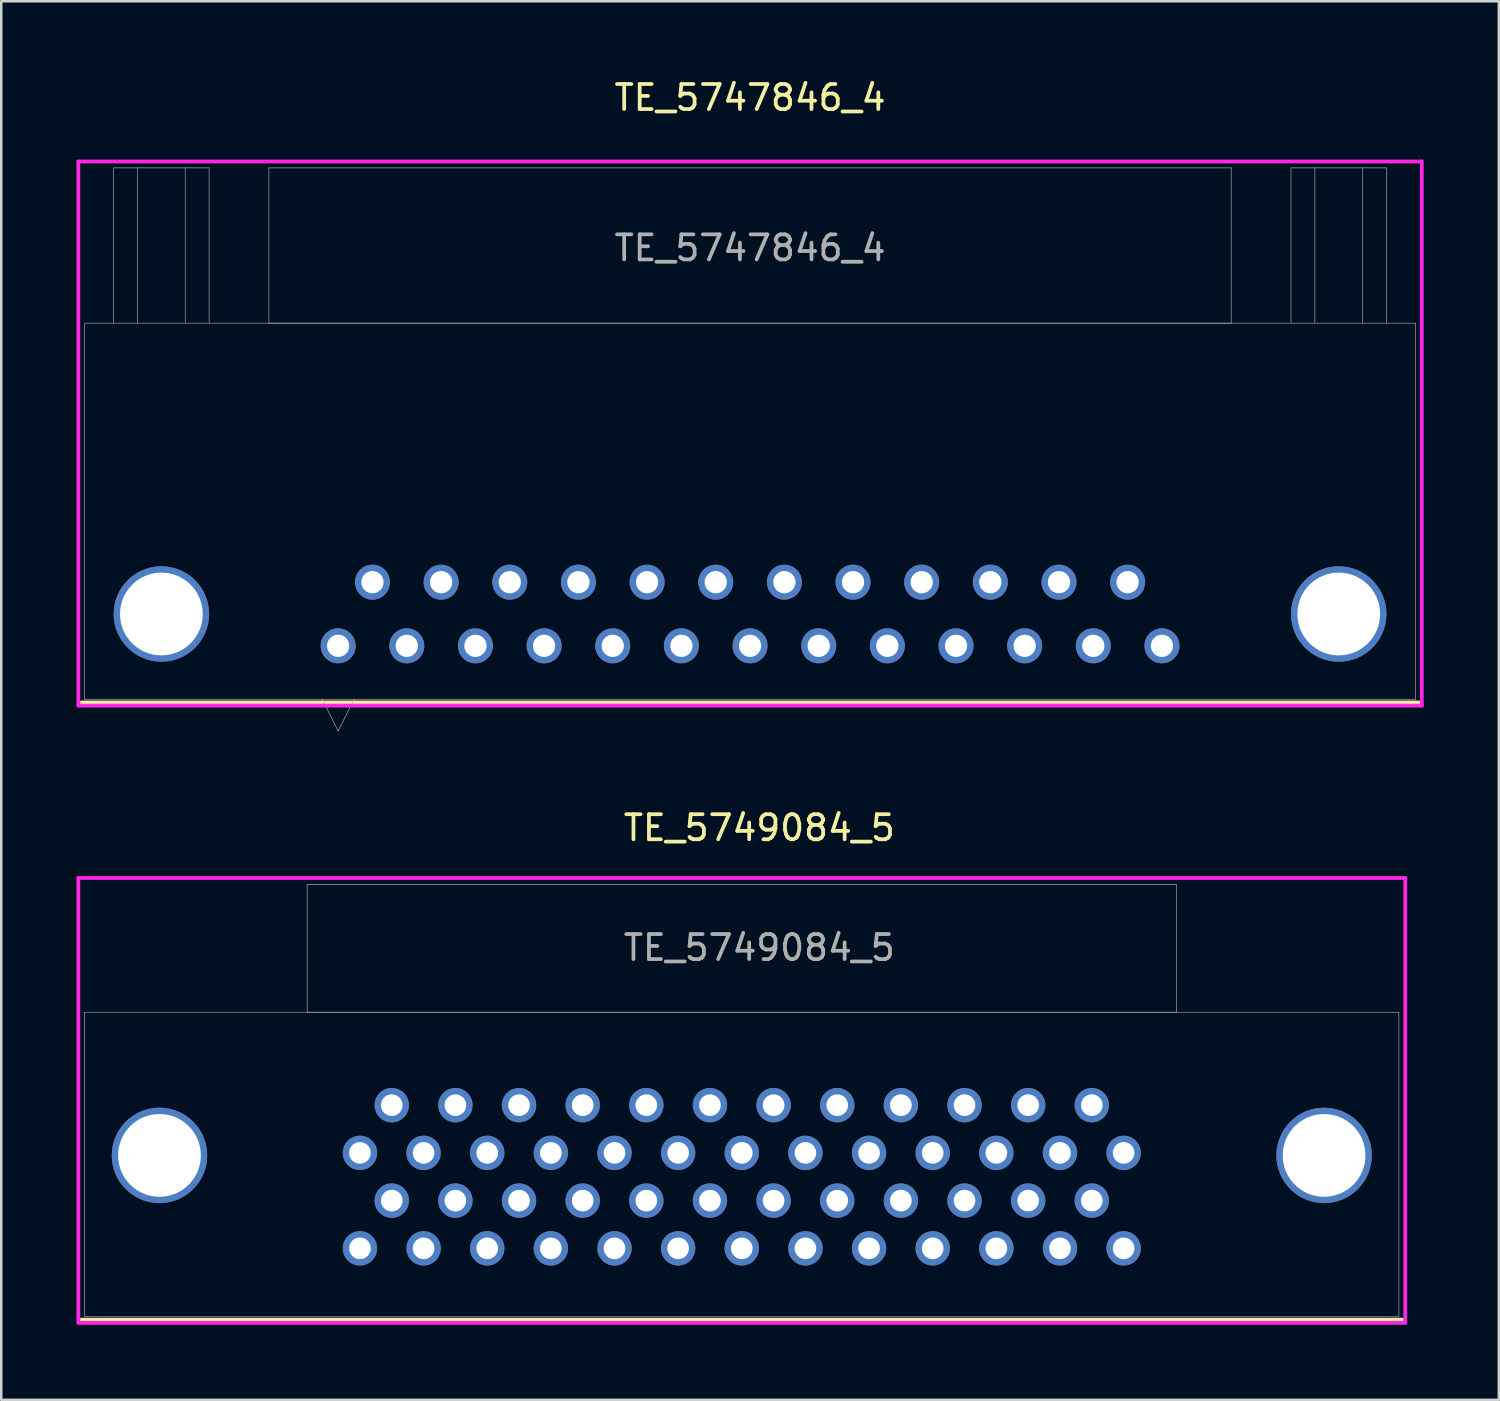
<source format=kicad_pcb>
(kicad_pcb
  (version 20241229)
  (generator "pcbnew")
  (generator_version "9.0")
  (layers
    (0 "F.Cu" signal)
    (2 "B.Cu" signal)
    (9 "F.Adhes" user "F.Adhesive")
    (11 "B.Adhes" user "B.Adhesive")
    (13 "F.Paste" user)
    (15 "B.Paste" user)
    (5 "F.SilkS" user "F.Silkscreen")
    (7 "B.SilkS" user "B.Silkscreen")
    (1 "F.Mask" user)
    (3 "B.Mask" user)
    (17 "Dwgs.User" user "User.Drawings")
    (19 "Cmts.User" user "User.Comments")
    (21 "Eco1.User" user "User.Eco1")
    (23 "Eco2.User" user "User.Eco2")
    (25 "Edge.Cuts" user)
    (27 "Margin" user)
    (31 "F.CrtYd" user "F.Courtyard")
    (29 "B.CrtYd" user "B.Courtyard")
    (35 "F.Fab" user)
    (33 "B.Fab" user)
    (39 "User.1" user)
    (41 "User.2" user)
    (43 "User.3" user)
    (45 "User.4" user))
  (footprint "TE_5747846_4"
    (layer "F.Cu")
    (at 26.886 9.848)
    (property "Reference" "TE_5747846_4" (at 0 -9 0) (unlocked yes) (layer "F.SilkS") (effects (font (size 1 1) (thickness 0.15))))
    (attr through_hole)
    (fp_line (start -26.683 15.138) (end 26.683 15.138) (stroke (width 0.152) (type solid)) (layer "F.SilkS"))
    (fp_line (start -26.81 -6.452) (end -26.81 15.265) (stroke (width 0.152) (type solid)) (layer "F.CrtYd"))
    (fp_line (start -26.81 15.265) (end 26.81 15.265) (stroke (width 0.152) (type solid)) (layer "F.CrtYd"))
    (fp_line (start 26.81 -6.452) (end -26.81 -6.452) (stroke (width 0.152) (type solid)) (layer "F.CrtYd"))
    (fp_line (start 26.81 15.265) (end 26.81 -6.452) (stroke (width 0.152) (type solid)) (layer "F.CrtYd"))
    (fp_line (start -26.556 0) (end -26.556 15.011) (stroke (width 0.025) (type solid)) (layer "F.Fab"))
    (fp_line (start -26.556 15.011) (end 26.556 15.011) (stroke (width 0.025) (type solid)) (layer "F.Fab"))
    (fp_line (start -25.4 -6.198) (end -21.59 -6.198) (stroke (width 0.025) (type solid)) (layer "F.Fab"))
    (fp_line (start -25.4 0) (end -25.4 -6.198) (stroke (width 0.025) (type solid)) (layer "F.Fab"))
    (fp_line (start -24.448 0) (end -24.448 -6.198) (stroke (width 0.025) (type solid)) (layer "F.Fab"))
    (fp_line (start -22.543 -6.198) (end -22.543 0) (stroke (width 0.025) (type solid)) (layer "F.Fab"))
    (fp_line (start -21.59 -6.198) (end -21.59 0) (stroke (width 0.025) (type solid)) (layer "F.Fab"))
    (fp_line (start -19.202 -6.198) (end -19.202 0) (stroke (width 0.025) (type solid)) (layer "F.Fab"))
    (fp_line (start -19.202 0) (end 19.202 0) (stroke (width 0.025) (type solid)) (layer "F.Fab"))
    (fp_line (start -17.075 15.011) (end -16.44 16.281) (stroke (width 0.025) (type solid)) (layer "F.Fab"))
    (fp_line (start -15.805 15.011) (end -16.44 16.281) (stroke (width 0.025) (type solid)) (layer "F.Fab"))
    (fp_line (start 19.202 -6.198) (end -19.202 -6.198) (stroke (width 0.025) (type solid)) (layer "F.Fab"))
    (fp_line (start 19.202 0) (end 19.202 -6.198) (stroke (width 0.025) (type solid)) (layer "F.Fab"))
    (fp_line (start 21.59 -6.198) (end 25.4 -6.198) (stroke (width 0.025) (type solid)) (layer "F.Fab"))
    (fp_line (start 21.59 0) (end 21.59 -6.198) (stroke (width 0.025) (type solid)) (layer "F.Fab"))
    (fp_line (start 22.543 0) (end 22.543 -6.198) (stroke (width 0.025) (type solid)) (layer "F.Fab"))
    (fp_line (start 24.448 -6.198) (end 24.448 0) (stroke (width 0.025) (type solid)) (layer "F.Fab"))
    (fp_line (start 25.4 -6.198) (end 25.4 0) (stroke (width 0.025) (type solid)) (layer "F.Fab"))
    (fp_line (start 26.556 0) (end -26.556 0) (stroke (width 0.025) (type solid)) (layer "F.Fab"))
    (fp_line (start 26.556 15.011) (end 26.556 0) (stroke (width 0.025) (type solid)) (layer "F.Fab"))
    (fp_text user "${REFERENCE}" (at 0 -3 0) (unlocked yes) (layer "F.Fab") (effects (font (size 1 1) (thickness 0.15))))
    (pad "1" thru_hole circle (at -16.44 12.878) (size 1.397 1.397) (drill 0.889) (layers "*.Cu" "*.Mask"))
    (pad "2" thru_hole circle (at -13.7 12.878) (size 1.397 1.397) (drill 0.889) (layers "*.Cu" "*.Mask"))
    (pad "3" thru_hole circle (at -10.96 12.878) (size 1.397 1.397) (drill 0.889) (layers "*.Cu" "*.Mask"))
    (pad "4" thru_hole circle (at -8.22 12.878) (size 1.397 1.397) (drill 0.889) (layers "*.Cu" "*.Mask"))
    (pad "5" thru_hole circle (at -5.48 12.878) (size 1.397 1.397) (drill 0.889) (layers "*.Cu" "*.Mask"))
    (pad "6" thru_hole circle (at -2.74 12.878) (size 1.397 1.397) (drill 0.889) (layers "*.Cu" "*.Mask"))
    (pad "7" thru_hole circle (at 0 12.878) (size 1.397 1.397) (drill 0.889) (layers "*.Cu" "*.Mask"))
    (pad "8" thru_hole circle (at 2.74 12.878) (size 1.397 1.397) (drill 0.889) (layers "*.Cu" "*.Mask"))
    (pad "9" thru_hole circle (at 5.48 12.878) (size 1.397 1.397) (drill 0.889) (layers "*.Cu" "*.Mask"))
    (pad "10" thru_hole circle (at 8.22 12.878) (size 1.397 1.397) (drill 0.889) (layers "*.Cu" "*.Mask"))
    (pad "11" thru_hole circle (at 10.96 12.878) (size 1.397 1.397) (drill 0.889) (layers "*.Cu" "*.Mask"))
    (pad "12" thru_hole circle (at 13.7 12.878) (size 1.397 1.397) (drill 0.889) (layers "*.Cu" "*.Mask"))
    (pad "13" thru_hole circle (at 16.44 12.878) (size 1.397 1.397) (drill 0.889) (layers "*.Cu" "*.Mask"))
    (pad "14" thru_hole circle (at -15.07 10.338) (size 1.397 1.397) (drill 0.889) (layers "*.Cu" "*.Mask"))
    (pad "15" thru_hole circle (at -12.33 10.338) (size 1.397 1.397) (drill 0.889) (layers "*.Cu" "*.Mask"))
    (pad "16" thru_hole circle (at -9.59 10.338) (size 1.397 1.397) (drill 0.889) (layers "*.Cu" "*.Mask"))
    (pad "17" thru_hole circle (at -6.85 10.338) (size 1.397 1.397) (drill 0.889) (layers "*.Cu" "*.Mask"))
    (pad "18" thru_hole circle (at -4.11 10.338) (size 1.397 1.397) (drill 0.889) (layers "*.Cu" "*.Mask"))
    (pad "19" thru_hole circle (at -1.37 10.338) (size 1.397 1.397) (drill 0.889) (layers "*.Cu" "*.Mask"))
    (pad "20" thru_hole circle (at 1.37 10.338) (size 1.397 1.397) (drill 0.889) (layers "*.Cu" "*.Mask"))
    (pad "21" thru_hole circle (at 4.11 10.338) (size 1.397 1.397) (drill 0.889) (layers "*.Cu" "*.Mask"))
    (pad "22" thru_hole circle (at 6.85 10.338) (size 1.397 1.397) (drill 0.889) (layers "*.Cu" "*.Mask"))
    (pad "23" thru_hole circle (at 9.59 10.338) (size 1.397 1.397) (drill 0.889) (layers "*.Cu" "*.Mask"))
    (pad "24" thru_hole circle (at 12.33 10.338) (size 1.397 1.397) (drill 0.889) (layers "*.Cu" "*.Mask"))
    (pad "25" thru_hole circle (at 15.07 10.338) (size 1.397 1.397) (drill 0.889) (layers "*.Cu" "*.Mask"))
    (pad "MH1" thru_hole circle (at -23.495 11.608) (size 3.81 3.81) (drill 3.302) (layers "*.Cu" "*.Mask"))
    (pad "MH2" thru_hole circle (at 23.495 11.608) (size 3.81 3.81) (drill 3.302) (layers "*.Cu" "*.Mask")))
  (footprint "TE_5749084_5"
    (layer "F.Cu")
    (at 27.256 40.991)
    (property "Reference" "TE_5749084_5" (at 0 -11 0) (unlocked yes) (layer "F.SilkS") (effects (font (size 1 1) (thickness 0.15))))
    (attr through_hole)
    (fp_line (start -27.052 8.628) (end 25.652 8.628) (stroke (width 0.152) (type solid)) (layer "F.SilkS"))
    (fp_line (start -27.18 -9) (end -27.18 8.755) (stroke (width 0.152) (type solid)) (layer "F.CrtYd"))
    (fp_line (start -27.18 8.755) (end 25.779 8.755) (stroke (width 0.152) (type solid)) (layer "F.CrtYd"))
    (fp_line (start 25.779 -9) (end -27.18 -9) (stroke (width 0.152) (type solid)) (layer "F.CrtYd"))
    (fp_line (start 25.779 8.755) (end 25.779 -9) (stroke (width 0.152) (type solid)) (layer "F.CrtYd"))
    (fp_line (start -26.925 -3.641) (end -26.925 8.501) (stroke (width 0.025) (type solid)) (layer "F.Fab"))
    (fp_line (start -26.925 8.501) (end 25.526 8.501) (stroke (width 0.025) (type solid)) (layer "F.Fab"))
    (fp_line (start -18.048 -8.746) (end -18.048 -3.641) (stroke (width 0.025) (type solid)) (layer "F.Fab"))
    (fp_line (start -18.048 -3.641) (end 16.648 -3.641) (stroke (width 0.025) (type solid)) (layer "F.Fab"))
    (fp_line (start 16.648 -8.746) (end -18.048 -8.746) (stroke (width 0.025) (type solid)) (layer "F.Fab"))
    (fp_line (start 16.648 -3.641) (end 16.648 -8.746) (stroke (width 0.025) (type solid)) (layer "F.Fab"))
    (fp_line (start 25.526 -3.641) (end -26.925 -3.641) (stroke (width 0.025) (type solid)) (layer "F.Fab"))
    (fp_line (start 25.526 8.501) (end 25.526 -3.641) (stroke (width 0.025) (type solid)) (layer "F.Fab"))
    (fp_text user "${REFERENCE}" (at 0 -6.217 0) (unlocked yes) (layer "F.Fab") (effects (font (size 1 1) (thickness 0.15))))
    (pad "1" thru_hole circle (at 14.54 5.783) (size 1.372 1.372) (drill 0.864) (layers "*.Cu" "*.Mask"))
    (pad "2" thru_hole circle (at 13.27 3.878) (size 1.372 1.372) (drill 0.864) (layers "*.Cu" "*.Mask"))
    (pad "3" thru_hole circle (at 12 5.783) (size 1.372 1.372) (drill 0.864) (layers "*.Cu" "*.Mask"))
    (pad "4" thru_hole circle (at 10.73 3.878) (size 1.372 1.372) (drill 0.864) (layers "*.Cu" "*.Mask"))
    (pad "5" thru_hole circle (at 9.46 5.783) (size 1.372 1.372) (drill 0.864) (layers "*.Cu" "*.Mask"))
    (pad "6" thru_hole circle (at 8.19 3.878) (size 1.372 1.372) (drill 0.864) (layers "*.Cu" "*.Mask"))
    (pad "7" thru_hole circle (at 6.92 5.783) (size 1.372 1.372) (drill 0.864) (layers "*.Cu" "*.Mask"))
    (pad "8" thru_hole circle (at 5.65 3.878) (size 1.372 1.372) (drill 0.864) (layers "*.Cu" "*.Mask"))
    (pad "9" thru_hole circle (at 4.38 5.783) (size 1.372 1.372) (drill 0.864) (layers "*.Cu" "*.Mask"))
    (pad "10" thru_hole circle (at 3.11 3.878) (size 1.372 1.372) (drill 0.864) (layers "*.Cu" "*.Mask"))
    (pad "11" thru_hole circle (at 1.84 5.783) (size 1.372 1.372) (drill 0.864) (layers "*.Cu" "*.Mask"))
    (pad "12" thru_hole circle (at 0.57 3.878) (size 1.372 1.372) (drill 0.864) (layers "*.Cu" "*.Mask"))
    (pad "13" thru_hole circle (at -0.7 5.783) (size 1.372 1.372) (drill 0.864) (layers "*.Cu" "*.Mask"))
    (pad "14" thru_hole circle (at -1.97 3.878) (size 1.372 1.372) (drill 0.864) (layers "*.Cu" "*.Mask"))
    (pad "15" thru_hole circle (at -3.24 5.783) (size 1.372 1.372) (drill 0.864) (layers "*.Cu" "*.Mask"))
    (pad "16" thru_hole circle (at -4.51 3.878) (size 1.372 1.372) (drill 0.864) (layers "*.Cu" "*.Mask"))
    (pad "17" thru_hole circle (at -5.78 5.783) (size 1.372 1.372) (drill 0.864) (layers "*.Cu" "*.Mask"))
    (pad "18" thru_hole circle (at -7.05 3.878) (size 1.372 1.372) (drill 0.864) (layers "*.Cu" "*.Mask"))
    (pad "19" thru_hole circle (at -8.32 5.783) (size 1.372 1.372) (drill 0.864) (layers "*.Cu" "*.Mask"))
    (pad "20" thru_hole circle (at -9.59 3.878) (size 1.372 1.372) (drill 0.864) (layers "*.Cu" "*.Mask"))
    (pad "21" thru_hole circle (at -10.86 5.783) (size 1.372 1.372) (drill 0.864) (layers "*.Cu" "*.Mask"))
    (pad "22" thru_hole circle (at -12.13 3.878) (size 1.372 1.372) (drill 0.864) (layers "*.Cu" "*.Mask"))
    (pad "23" thru_hole circle (at -13.4 5.783) (size 1.372 1.372) (drill 0.864) (layers "*.Cu" "*.Mask"))
    (pad "24" thru_hole circle (at -14.67 3.878) (size 1.372 1.372) (drill 0.864) (layers "*.Cu" "*.Mask"))
    (pad "25" thru_hole circle (at -15.94 5.783) (size 1.372 1.372) (drill 0.864) (layers "*.Cu" "*.Mask"))
    (pad "26" thru_hole circle (at 14.54 1.973) (size 1.372 1.372) (drill 0.864) (layers "*.Cu" "*.Mask"))
    (pad "27" thru_hole circle (at 13.27 0.068) (size 1.372 1.372) (drill 0.864) (layers "*.Cu" "*.Mask"))
    (pad "28" thru_hole circle (at 12 1.973) (size 1.372 1.372) (drill 0.864) (layers "*.Cu" "*.Mask"))
    (pad "29" thru_hole circle (at 10.73 0.068) (size 1.372 1.372) (drill 0.864) (layers "*.Cu" "*.Mask"))
    (pad "30" thru_hole circle (at 9.46 1.973) (size 1.372 1.372) (drill 0.864) (layers "*.Cu" "*.Mask"))
    (pad "31" thru_hole circle (at 8.19 0.068) (size 1.372 1.372) (drill 0.864) (layers "*.Cu" "*.Mask"))
    (pad "32" thru_hole circle (at 6.92 1.973) (size 1.372 1.372) (drill 0.864) (layers "*.Cu" "*.Mask"))
    (pad "33" thru_hole circle (at 5.65 0.068) (size 1.372 1.372) (drill 0.864) (layers "*.Cu" "*.Mask"))
    (pad "34" thru_hole circle (at 4.38 1.973) (size 1.372 1.372) (drill 0.864) (layers "*.Cu" "*.Mask"))
    (pad "35" thru_hole circle (at 3.11 0.068) (size 1.372 1.372) (drill 0.864) (layers "*.Cu" "*.Mask"))
    (pad "36" thru_hole circle (at 1.84 1.973) (size 1.372 1.372) (drill 0.864) (layers "*.Cu" "*.Mask"))
    (pad "37" thru_hole circle (at 0.57 0.068) (size 1.372 1.372) (drill 0.864) (layers "*.Cu" "*.Mask"))
    (pad "38" thru_hole circle (at -0.7 1.973) (size 1.372 1.372) (drill 0.864) (layers "*.Cu" "*.Mask"))
    (pad "39" thru_hole circle (at -1.97 0.068) (size 1.372 1.372) (drill 0.864) (layers "*.Cu" "*.Mask"))
    (pad "40" thru_hole circle (at -3.24 1.973) (size 1.372 1.372) (drill 0.864) (layers "*.Cu" "*.Mask"))
    (pad "41" thru_hole circle (at -4.51 0.068) (size 1.372 1.372) (drill 0.864) (layers "*.Cu" "*.Mask"))
    (pad "42" thru_hole circle (at -5.78 1.973) (size 1.372 1.372) (drill 0.864) (layers "*.Cu" "*.Mask"))
    (pad "43" thru_hole circle (at -7.05 0.068) (size 1.372 1.372) (drill 0.864) (layers "*.Cu" "*.Mask"))
    (pad "44" thru_hole circle (at -8.32 1.973) (size 1.372 1.372) (drill 0.864) (layers "*.Cu" "*.Mask"))
    (pad "45" thru_hole circle (at -9.59 0.068) (size 1.372 1.372) (drill 0.864) (layers "*.Cu" "*.Mask"))
    (pad "46" thru_hole circle (at -10.86 1.973) (size 1.372 1.372) (drill 0.864) (layers "*.Cu" "*.Mask"))
    (pad "47" thru_hole circle (at -12.13 0.068) (size 1.372 1.372) (drill 0.864) (layers "*.Cu" "*.Mask"))
    (pad "48" thru_hole circle (at -13.4 1.973) (size 1.372 1.372) (drill 0.864) (layers "*.Cu" "*.Mask"))
    (pad "49" thru_hole circle (at -14.67 0.068) (size 1.372 1.372) (drill 0.864) (layers "*.Cu" "*.Mask"))
    (pad "50" thru_hole circle (at -15.94 1.973) (size 1.372 1.372) (drill 0.864) (layers "*.Cu" "*.Mask"))
    (pad "MH1" thru_hole circle (at -23.941 2.074) (size 3.81 3.81) (drill 3.302) (layers "*.Cu" "*.Mask"))
    (pad "MH2" thru_hole circle (at 22.541 2.074) (size 3.81 3.81) (drill 3.302) (layers "*.Cu" "*.Mask")))
  (gr_rect
    (start -3 -3)
    (end 56.772 52.821)
    (stroke (width 0.1) (type default))
    (fill no)
    (layer "Edge.Cuts")))
</source>
